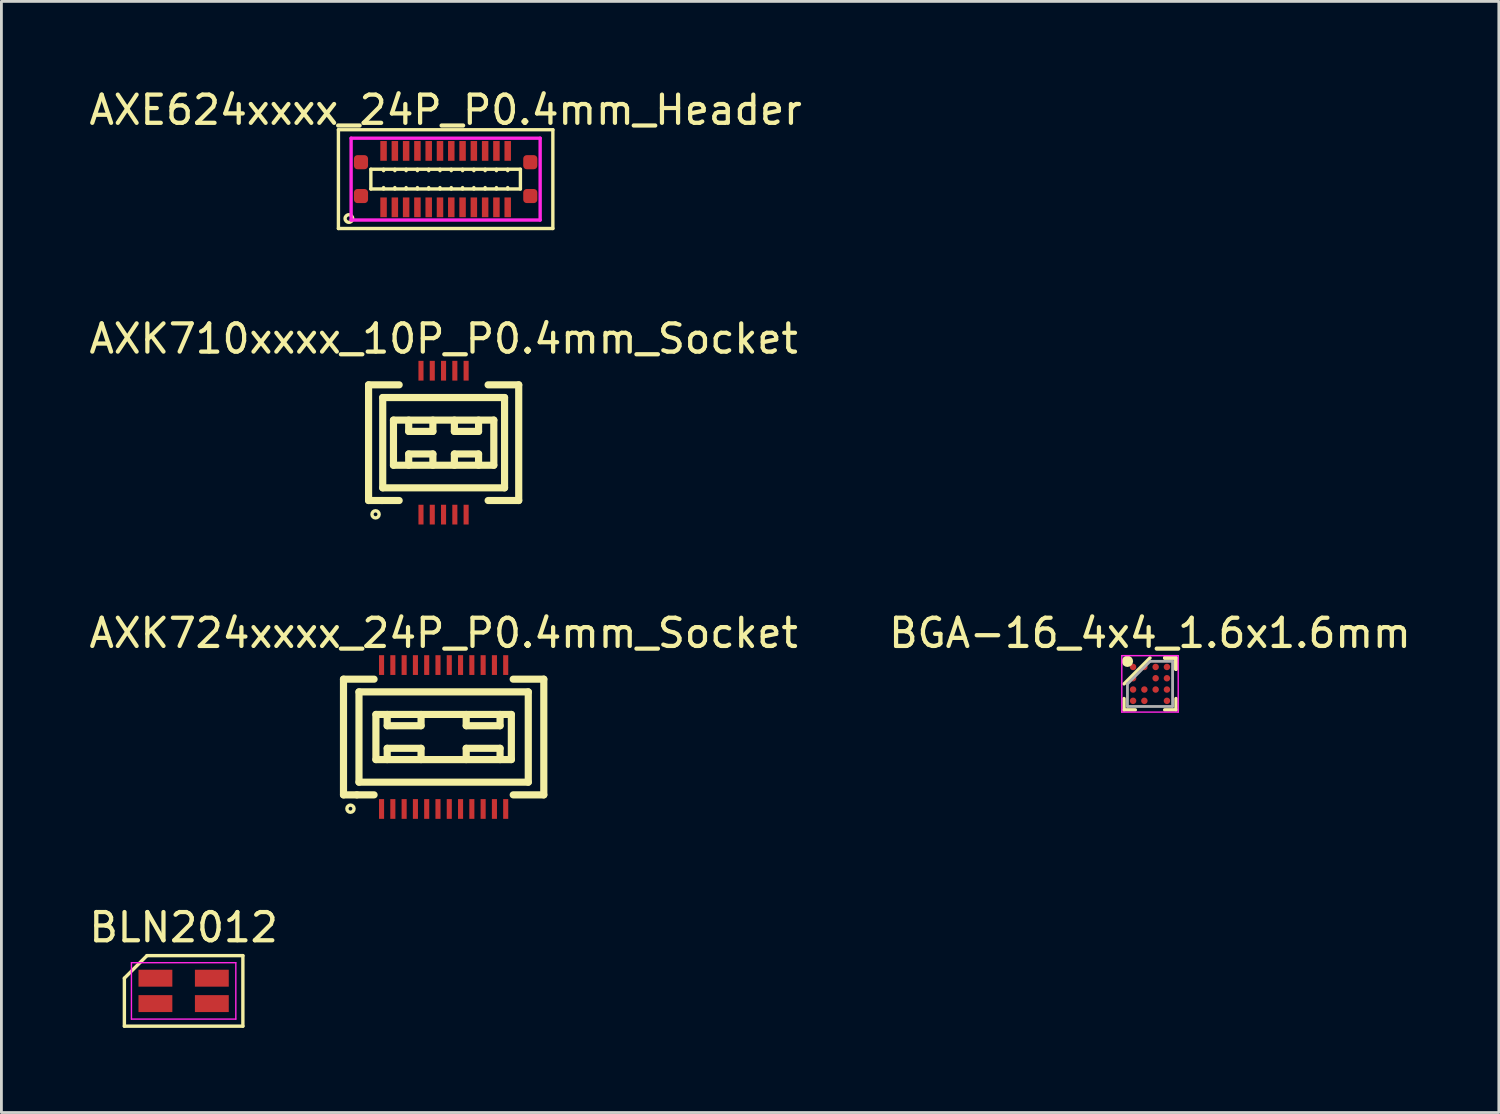
<source format=kicad_pcb>
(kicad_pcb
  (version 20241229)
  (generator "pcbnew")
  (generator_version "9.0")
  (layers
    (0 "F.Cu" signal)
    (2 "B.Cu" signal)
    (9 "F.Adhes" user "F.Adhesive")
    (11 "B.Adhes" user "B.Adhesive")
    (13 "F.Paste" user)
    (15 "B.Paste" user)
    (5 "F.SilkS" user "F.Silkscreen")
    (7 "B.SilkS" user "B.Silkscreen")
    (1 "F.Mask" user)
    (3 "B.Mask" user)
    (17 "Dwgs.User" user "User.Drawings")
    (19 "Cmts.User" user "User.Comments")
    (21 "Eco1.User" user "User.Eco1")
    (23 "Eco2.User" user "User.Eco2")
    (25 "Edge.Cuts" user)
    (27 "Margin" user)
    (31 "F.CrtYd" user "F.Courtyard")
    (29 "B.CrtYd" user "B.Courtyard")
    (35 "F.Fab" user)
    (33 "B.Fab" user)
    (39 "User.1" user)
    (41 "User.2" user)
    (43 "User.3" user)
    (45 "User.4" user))
  (footprint "AXK724xxxx_24P_P0.4mm_Socket"
    (layer "F.Cu")
    (at 12.673 23.071)
    (property "Reference" "AXK724xxxx_24P_P0.4mm_Socket" (at 0 -3.683 0) (layer "F.SilkS") (effects (font (size 1 1) (thickness 0.15))))
    (attr through_hole)
    (fp_line (start -3.55 -2.05) (end -2.465 -2.05) (stroke (width 0.254) (type solid)) (layer "F.SilkS"))
    (fp_line (start -3.549 2.05) (end -3.549 -2.05) (stroke (width 0.254) (type solid)) (layer "F.SilkS"))
    (fp_line (start -3.549 2.05) (end -3.073 2.05) (stroke (width 0.254) (type solid)) (layer "F.SilkS"))
    (fp_line (start -3.073 2.05) (end -2.465 2.05) (stroke (width 0.254) (type solid)) (layer "F.SilkS"))
    (fp_line (start -3 -1.6) (end 3 -1.6) (stroke (width 0.254) (type solid)) (layer "F.SilkS"))
    (fp_line (start -3 1.6) (end -3 -1.6) (stroke (width 0.254) (type solid)) (layer "F.SilkS"))
    (fp_line (start -2.4 -0.8) (end 2.4 -0.8) (stroke (width 0.254) (type solid)) (layer "F.SilkS"))
    (fp_line (start -2.4 0.8) (end -2.4 -0.8) (stroke (width 0.254) (type solid)) (layer "F.SilkS"))
    (fp_line (start -2 -0.8) (end -2 -0.4) (stroke (width 0.254) (type solid)) (layer "F.SilkS"))
    (fp_line (start -2 -0.4) (end -0.8 -0.4) (stroke (width 0.254) (type solid)) (layer "F.SilkS"))
    (fp_line (start -2 0.4) (end -2 0.8) (stroke (width 0.254) (type solid)) (layer "F.SilkS"))
    (fp_line (start -0.8 -0.4) (end -0.8 -0.8) (stroke (width 0.254) (type solid)) (layer "F.SilkS"))
    (fp_line (start -0.8 0.4) (end -2 0.4) (stroke (width 0.254) (type solid)) (layer "F.SilkS"))
    (fp_line (start -0.8 0.8) (end -0.8 0.4) (stroke (width 0.254) (type solid)) (layer "F.SilkS"))
    (fp_line (start 0.8 -0.8) (end 0.8 -0.4) (stroke (width 0.254) (type solid)) (layer "F.SilkS"))
    (fp_line (start 0.8 -0.4) (end 2 -0.4) (stroke (width 0.254) (type solid)) (layer "F.SilkS"))
    (fp_line (start 0.8 0.4) (end 0.8 0.8) (stroke (width 0.254) (type solid)) (layer "F.SilkS"))
    (fp_line (start 2 -0.4) (end 2 -0.8) (stroke (width 0.254) (type solid)) (layer "F.SilkS"))
    (fp_line (start 2 0.4) (end 0.8 0.4) (stroke (width 0.254) (type solid)) (layer "F.SilkS"))
    (fp_line (start 2 0.8) (end 2 0.4) (stroke (width 0.254) (type solid)) (layer "F.SilkS"))
    (fp_line (start 2.4 -0.8) (end 2.4 0.8) (stroke (width 0.254) (type solid)) (layer "F.SilkS"))
    (fp_line (start 2.4 0.8) (end -2.4 0.8) (stroke (width 0.254) (type solid)) (layer "F.SilkS"))
    (fp_line (start 2.465 -2.05) (end 3.55 -2.05) (stroke (width 0.254) (type solid)) (layer "F.SilkS"))
    (fp_line (start 2.466 2.05) (end 3.55 2.05) (stroke (width 0.254) (type solid)) (layer "F.SilkS"))
    (fp_line (start 3 -1.6) (end 3 1.6) (stroke (width 0.254) (type solid)) (layer "F.SilkS"))
    (fp_line (start 3 1.6) (end -3 1.6) (stroke (width 0.254) (type solid)) (layer "F.SilkS"))
    (fp_line (start 3.55 -2.05) (end 3.55 2.05) (stroke (width 0.254) (type solid)) (layer "F.SilkS"))
    (fp_circle (center -3.302 2.54) (end -3.429 2.54) (stroke (width 0.12) (type solid)) (fill no) (layer "F.SilkS"))
    (pad "1" smd rect (at -2.2 2.55) (size 0.18 0.7) (layers "F.Cu" "F.Mask" "F.Paste"))
    (pad "2" smd rect (at -2.2 -2.55) (size 0.18 0.7) (layers "F.Cu" "F.Mask" "F.Paste"))
    (pad "3" smd rect (at -1.8 2.55) (size 0.18 0.7) (layers "F.Cu" "F.Mask" "F.Paste"))
    (pad "4" smd rect (at -1.8 -2.55) (size 0.18 0.7) (layers "F.Cu" "F.Mask" "F.Paste"))
    (pad "5" smd rect (at -1.4 2.55) (size 0.18 0.7) (layers "F.Cu" "F.Mask" "F.Paste"))
    (pad "6" smd rect (at -1.4 -2.55) (size 0.18 0.7) (layers "F.Cu" "F.Mask" "F.Paste"))
    (pad "7" smd rect (at -1 2.55) (size 0.18 0.7) (layers "F.Cu" "F.Mask" "F.Paste"))
    (pad "8" smd rect (at -1 -2.55) (size 0.18 0.7) (layers "F.Cu" "F.Mask" "F.Paste"))
    (pad "9" smd rect (at -0.6 2.55) (size 0.18 0.7) (layers "F.Cu" "F.Mask" "F.Paste"))
    (pad "10" smd rect (at -0.6 -2.55) (size 0.18 0.7) (layers "F.Cu" "F.Mask" "F.Paste"))
    (pad "11" smd rect (at -0.2 2.55) (size 0.18 0.7) (layers "F.Cu" "F.Mask" "F.Paste"))
    (pad "12" smd rect (at -0.2 -2.55) (size 0.18 0.7) (layers "F.Cu" "F.Mask" "F.Paste"))
    (pad "13" smd rect (at 0.2 2.55) (size 0.18 0.7) (layers "F.Cu" "F.Mask" "F.Paste"))
    (pad "14" smd rect (at 0.2 -2.55) (size 0.18 0.7) (layers "F.Cu" "F.Mask" "F.Paste"))
    (pad "15" smd rect (at 0.6 2.55) (size 0.18 0.7) (layers "F.Cu" "F.Mask" "F.Paste"))
    (pad "16" smd rect (at 0.6 -2.55) (size 0.18 0.7) (layers "F.Cu" "F.Mask" "F.Paste"))
    (pad "17" smd rect (at 1 2.55) (size 0.18 0.7) (layers "F.Cu" "F.Mask" "F.Paste"))
    (pad "18" smd rect (at 1 -2.55) (size 0.18 0.7) (layers "F.Cu" "F.Mask" "F.Paste"))
    (pad "19" smd rect (at 1.4 2.55) (size 0.18 0.7) (layers "F.Cu" "F.Mask" "F.Paste"))
    (pad "20" smd rect (at 1.4 -2.55) (size 0.18 0.7) (layers "F.Cu" "F.Mask" "F.Paste"))
    (pad "21" smd rect (at 1.8 2.55) (size 0.18 0.7) (layers "F.Cu" "F.Mask" "F.Paste"))
    (pad "22" smd rect (at 1.8 -2.55) (size 0.18 0.7) (layers "F.Cu" "F.Mask" "F.Paste"))
    (pad "23" smd rect (at 2.2 2.55) (size 0.18 0.7) (layers "F.Cu" "F.Mask" "F.Paste"))
    (pad "24" smd rect (at 2.2 -2.55) (size 0.18 0.7) (layers "F.Cu" "F.Mask" "F.Paste")))
  (footprint "AXK710xxxx_10P_P0.4mm_Socket"
    (layer "F.Cu")
    (at 12.673 12.639)
    (property "Reference" "AXK710xxxx_10P_P0.4mm_Socket" (at 0 -3.683 180) (layer "F.SilkS") (effects (font (size 1 1) (thickness 0.15))))
    (attr smd)
    (fp_line (start -2.661 -2.05) (end -1.576 -2.05) (stroke (width 0.254) (type solid)) (layer "F.SilkS"))
    (fp_line (start -2.66 2.05) (end -2.66 -2.05) (stroke (width 0.254) (type solid)) (layer "F.SilkS"))
    (fp_line (start -2.66 2.05) (end -2.184 2.05) (stroke (width 0.254) (type solid)) (layer "F.SilkS"))
    (fp_line (start -2.184 2.05) (end -1.576 2.05) (stroke (width 0.254) (type solid)) (layer "F.SilkS"))
    (fp_line (start -2.159 -1.6) (end 2.159 -1.6) (stroke (width 0.254) (type solid)) (layer "F.SilkS"))
    (fp_line (start -2.159 1.6) (end -2.159 -1.6) (stroke (width 0.254) (type solid)) (layer "F.SilkS"))
    (fp_line (start -1.778 -0.8) (end 1.778 -0.8) (stroke (width 0.254) (type solid)) (layer "F.SilkS"))
    (fp_line (start -1.778 0.8) (end -1.778 -0.8) (stroke (width 0.254) (type solid)) (layer "F.SilkS"))
    (fp_line (start -1.238 -0.8) (end -1.238 -0.4) (stroke (width 0.254) (type solid)) (layer "F.SilkS"))
    (fp_line (start -1.238 -0.4) (end -0.381 -0.4) (stroke (width 0.254) (type solid)) (layer "F.SilkS"))
    (fp_line (start -1.238 0.4) (end -1.238 0.8) (stroke (width 0.254) (type solid)) (layer "F.SilkS"))
    (fp_line (start -0.381 -0.4) (end -0.381 -0.8) (stroke (width 0.254) (type solid)) (layer "F.SilkS"))
    (fp_line (start -0.381 0.4) (end -1.238 0.4) (stroke (width 0.254) (type solid)) (layer "F.SilkS"))
    (fp_line (start -0.381 0.8) (end -0.381 0.4) (stroke (width 0.254) (type solid)) (layer "F.SilkS"))
    (fp_line (start 0.381 -0.8) (end 0.381 -0.4) (stroke (width 0.254) (type solid)) (layer "F.SilkS"))
    (fp_line (start 0.381 -0.4) (end 1.238 -0.4) (stroke (width 0.254) (type solid)) (layer "F.SilkS"))
    (fp_line (start 0.381 0.4) (end 0.381 0.8) (stroke (width 0.254) (type solid)) (layer "F.SilkS"))
    (fp_line (start 1.238 -0.4) (end 1.238 -0.8) (stroke (width 0.254) (type solid)) (layer "F.SilkS"))
    (fp_line (start 1.238 0.4) (end 0.381 0.4) (stroke (width 0.254) (type solid)) (layer "F.SilkS"))
    (fp_line (start 1.238 0.8) (end 1.238 0.4) (stroke (width 0.254) (type solid)) (layer "F.SilkS"))
    (fp_line (start 1.576 -2.05) (end 2.661 -2.05) (stroke (width 0.254) (type solid)) (layer "F.SilkS"))
    (fp_line (start 1.577 2.05) (end 2.661 2.05) (stroke (width 0.254) (type solid)) (layer "F.SilkS"))
    (fp_line (start 1.778 -0.8) (end 1.778 0.8) (stroke (width 0.254) (type solid)) (layer "F.SilkS"))
    (fp_line (start 1.778 0.8) (end -1.778 0.8) (stroke (width 0.254) (type solid)) (layer "F.SilkS"))
    (fp_line (start 2.159 -1.6) (end 2.159 1.6) (stroke (width 0.254) (type solid)) (layer "F.SilkS"))
    (fp_line (start 2.159 1.6) (end -2.159 1.6) (stroke (width 0.254) (type solid)) (layer "F.SilkS"))
    (fp_line (start 2.661 -2.05) (end 2.661 2.05) (stroke (width 0.254) (type solid)) (layer "F.SilkS"))
    (fp_circle (center -2.413 2.54) (end -2.54 2.54) (stroke (width 0.12) (type solid)) (fill no) (layer "F.SilkS"))
    (pad "1" smd rect (at -0.803 2.55) (size 0.18 0.7) (layers "F.Cu" "F.Mask" "F.Paste"))
    (pad "2" smd rect (at -0.803 -2.55) (size 0.18 0.7) (layers "F.Cu" "F.Mask" "F.Paste"))
    (pad "3" smd rect (at -0.403 2.55) (size 0.18 0.7) (layers "F.Cu" "F.Mask" "F.Paste"))
    (pad "4" smd rect (at -0.403 -2.55) (size 0.18 0.7) (layers "F.Cu" "F.Mask" "F.Paste"))
    (pad "5" smd rect (at -0.003 2.55) (size 0.18 0.7) (layers "F.Cu" "F.Mask" "F.Paste"))
    (pad "6" smd rect (at -0.003 -2.55) (size 0.18 0.7) (layers "F.Cu" "F.Mask" "F.Paste"))
    (pad "7" smd rect (at 0.397 2.55) (size 0.18 0.7) (layers "F.Cu" "F.Mask" "F.Paste"))
    (pad "8" smd rect (at 0.397 -2.55) (size 0.18 0.7) (layers "F.Cu" "F.Mask" "F.Paste"))
    (pad "9" smd rect (at 0.797 2.55) (size 0.18 0.7) (layers "F.Cu" "F.Mask" "F.Paste"))
    (pad "10" smd rect (at 0.797 -2.55) (size 0.18 0.7) (layers "F.Cu" "F.Mask" "F.Paste")))
  (footprint "BGA-16_4x4_1.6x1.6mm"
    (layer "F.Cu")
    (at 37.708 21.188)
    (property "Reference" "BGA-16_4x4_1.6x1.6mm" (at 0 -1.8 0) (layer "F.SilkS") (effects (font (size 1 1) (thickness 0.15))))
    (attr smd)
    (fp_line (start -0.92 0.92) (end -0.92 0.52) (stroke (width 0.12) (type solid)) (layer "F.SilkS"))
    (fp_line (start -0.52 0.92) (end -0.92 0.92) (stroke (width 0.12) (type solid)) (layer "F.SilkS"))
    (fp_line (start 0 -0.92) (end -0.92 0) (stroke (width 0.12) (type solid)) (layer "F.SilkS"))
    (fp_line (start 0.52 -0.92) (end 0.92 -0.92) (stroke (width 0.12) (type solid)) (layer "F.SilkS"))
    (fp_line (start 0.52 -0.92) (end 0.92 -0.92) (stroke (width 0.12) (type solid)) (layer "F.SilkS"))
    (fp_line (start 0.52 -0.92) (end 0.92 -0.92) (stroke (width 0.12) (type solid)) (layer "F.SilkS"))
    (fp_line (start 0.52 0.92) (end 0.92 0.92) (stroke (width 0.12) (type solid)) (layer "F.SilkS"))
    (fp_line (start 0.92 -0.92) (end 0.92 -0.52) (stroke (width 0.12) (type solid)) (layer "F.SilkS"))
    (fp_line (start 0.92 -0.92) (end 0.92 -0.52) (stroke (width 0.12) (type solid)) (layer "F.SilkS"))
    (fp_line (start 0.92 -0.92) (end 0.92 -0.52) (stroke (width 0.12) (type solid)) (layer "F.SilkS"))
    (fp_line (start 0.92 0.92) (end 0.92 0.52) (stroke (width 0.12) (type solid)) (layer "F.SilkS"))
    (fp_circle (center -0.8 -0.8) (end -0.8 -0.7) (stroke (width 0.2) (type solid)) (fill no) (layer "F.SilkS"))
    (fp_line (start -1 -1) (end 1 -1) (stroke (width 0.05) (type solid)) (layer "F.CrtYd"))
    (fp_line (start -1 1) (end -1 -1) (stroke (width 0.05) (type solid)) (layer "F.CrtYd"))
    (fp_line (start 1 -1) (end 1 1) (stroke (width 0.05) (type solid)) (layer "F.CrtYd"))
    (fp_line (start 1 1) (end -1 1) (stroke (width 0.05) (type solid)) (layer "F.CrtYd"))
    (fp_line (start -0.8 0) (end -0.8 0.8) (stroke (width 0.1) (type solid)) (layer "F.Fab"))
    (fp_line (start -0.8 0.8) (end 0.8 0.8) (stroke (width 0.1) (type solid)) (layer "F.Fab"))
    (fp_line (start 0 -0.8) (end -0.8 0) (stroke (width 0.1) (type solid)) (layer "F.Fab"))
    (fp_line (start 0.8 -0.8) (end 0 -0.8) (stroke (width 0.1) (type solid)) (layer "F.Fab"))
    (fp_line (start 0.8 0.8) (end 0.8 -0.8) (stroke (width 0.1) (type solid)) (layer "F.Fab"))
    (pad "A1" smd circle (at -0.6 -0.6) (size 0.23 0.23) (layers "F.Cu" "F.Mask" "F.Paste"))
    (pad "A2" smd circle (at -0.2 -0.6) (size 0.23 0.23) (layers "F.Cu" "F.Mask" "F.Paste"))
    (pad "A3" smd circle (at 0.2 -0.6) (size 0.23 0.23) (layers "F.Cu" "F.Mask" "F.Paste"))
    (pad "A4" smd circle (at 0.6 -0.6) (size 0.23 0.23) (layers "F.Cu" "F.Mask" "F.Paste"))
    (pad "B1" smd circle (at -0.6 -0.2) (size 0.23 0.23) (layers "F.Cu" "F.Mask" "F.Paste"))
    (pad "B3" smd circle (at 0.2 -0.2) (size 0.23 0.23) (layers "F.Cu" "F.Mask" "F.Paste"))
    (pad "B4" smd circle (at 0.6 -0.2) (size 0.23 0.23) (layers "F.Cu" "F.Mask" "F.Paste"))
    (pad "C1" smd circle (at -0.6 0.2) (size 0.23 0.23) (layers "F.Cu" "F.Mask" "F.Paste"))
    (pad "C2" smd circle (at -0.2 0.2) (size 0.23 0.23) (layers "F.Cu" "F.Mask" "F.Paste"))
    (pad "C3" smd circle (at 0.2 0.2) (size 0.23 0.23) (layers "F.Cu" "F.Mask" "F.Paste"))
    (pad "C4" smd circle (at 0.6 0.2) (size 0.23 0.23) (layers "F.Cu" "F.Mask" "F.Paste"))
    (pad "D1" smd circle (at -0.6 0.6) (size 0.23 0.23) (layers "F.Cu" "F.Mask" "F.Paste"))
    (pad "D2" smd circle (at -0.2 0.6) (size 0.23 0.23) (layers "F.Cu" "F.Mask" "F.Paste"))
    (pad "D4" smd circle (at 0.6 0.6) (size 0.23 0.23) (layers "F.Cu" "F.Mask" "F.Paste")))
  (footprint "BLN2012"
    (layer "F.Cu")
    (at 3.458 32.069)
    (property "Reference" "BLN2012" (at 0 -2.25 0) (layer "F.SilkS") (effects (font (size 1 1) (thickness 0.15))))
    (attr smd)
    (fp_line (start -2.1 -0.45) (end -1.3 -1.25) (stroke (width 0.12) (type solid)) (layer "F.SilkS"))
    (fp_line (start -2.1 1.25) (end -2.1 -0.45) (stroke (width 0.12) (type solid)) (layer "F.SilkS"))
    (fp_line (start -1.3 -1.25) (end 2.1 -1.25) (stroke (width 0.12) (type solid)) (layer "F.SilkS"))
    (fp_line (start 2.1 -1.25) (end 2.1 1.25) (stroke (width 0.12) (type solid)) (layer "F.SilkS"))
    (fp_line (start 2.1 1.25) (end -2.1 1.25) (stroke (width 0.12) (type solid)) (layer "F.SilkS"))
    (fp_line (start -1.85 -1) (end 1.85 -1) (stroke (width 0.05) (type solid)) (layer "F.CrtYd"))
    (fp_line (start -1.85 1) (end -1.85 -1) (stroke (width 0.05) (type solid)) (layer "F.CrtYd"))
    (fp_line (start 1.85 -1) (end 1.85 1) (stroke (width 0.05) (type solid)) (layer "F.CrtYd"))
    (fp_line (start 1.85 1) (end -1.85 1) (stroke (width 0.05) (type solid)) (layer "F.CrtYd"))
    (pad "1" smd rect (at -1 0.45 270) (size 0.6 1.2) (layers "F.Cu" "F.Mask" "F.Paste"))
    (pad "2" smd rect (at 1 0.45 270) (size 0.6 1.2) (layers "F.Cu" "F.Mask" "F.Paste"))
    (pad "3" smd rect (at 1 -0.45 270) (size 0.6 1.2) (layers "F.Cu" "F.Mask" "F.Paste"))
    (pad "4" smd rect (at -1 -0.45 270) (size 0.6 1.2) (layers "F.Cu" "F.Mask" "F.Paste")))
  (footprint "AXE624xxxx_24P_P0.4mm_Header"
    (layer "F.Cu")
    (at 12.744 3.298)
    (property "Reference" "AXE624xxxx_24P_P0.4mm_Header" (at 0 -2.45 180) (layer "F.SilkS") (effects (font (size 1 1) (thickness 0.15))))
    (attr smd)
    (fp_line (start -3.8 -1.75) (end 3.8 -1.75) (stroke (width 0.12) (type solid)) (layer "F.SilkS"))
    (fp_line (start -3.8 1.75) (end -3.8 -1.75) (stroke (width 0.12) (type solid)) (layer "F.SilkS"))
    (fp_line (start -2.65 -0.35) (end -2.65 0.35) (stroke (width 0.12) (type solid)) (layer "F.SilkS"))
    (fp_line (start -2.65 0.35) (end 2.65 0.35) (stroke (width 0.12) (type solid)) (layer "F.SilkS"))
    (fp_line (start -2.2 -0.35) (end -2.2 -0.3) (stroke (width 0.12) (type solid)) (layer "F.SilkS"))
    (fp_line (start -2.2 0.35) (end -2.2 0.3) (stroke (width 0.12) (type solid)) (layer "F.SilkS"))
    (fp_line (start -1.8 -0.35) (end -1.8 -0.3) (stroke (width 0.12) (type solid)) (layer "F.SilkS"))
    (fp_line (start -1.8 0.35) (end -1.8 0.3) (stroke (width 0.12) (type solid)) (layer "F.SilkS"))
    (fp_line (start -1.4 -0.35) (end -1.4 -0.3) (stroke (width 0.12) (type solid)) (layer "F.SilkS"))
    (fp_line (start -1.4 0.35) (end -1.4 0.3) (stroke (width 0.12) (type solid)) (layer "F.SilkS"))
    (fp_line (start -1 -0.35) (end -1 -0.3) (stroke (width 0.12) (type solid)) (layer "F.SilkS"))
    (fp_line (start -1 0.35) (end -1 0.3) (stroke (width 0.12) (type solid)) (layer "F.SilkS"))
    (fp_line (start -0.6 -0.35) (end -0.6 -0.3) (stroke (width 0.12) (type solid)) (layer "F.SilkS"))
    (fp_line (start -0.6 0.35) (end -0.6 0.3) (stroke (width 0.12) (type solid)) (layer "F.SilkS"))
    (fp_line (start -0.2 -0.35) (end -0.2 -0.3) (stroke (width 0.12) (type solid)) (layer "F.SilkS"))
    (fp_line (start -0.2 0.35) (end -0.2 0.3) (stroke (width 0.12) (type solid)) (layer "F.SilkS"))
    (fp_line (start 0.2 -0.35) (end 0.2 -0.3) (stroke (width 0.12) (type solid)) (layer "F.SilkS"))
    (fp_line (start 0.2 0.35) (end 0.2 0.3) (stroke (width 0.12) (type solid)) (layer "F.SilkS"))
    (fp_line (start 0.6 -0.35) (end 0.6 -0.3) (stroke (width 0.12) (type solid)) (layer "F.SilkS"))
    (fp_line (start 0.6 0.35) (end 0.6 0.3) (stroke (width 0.12) (type solid)) (layer "F.SilkS"))
    (fp_line (start 1 -0.35) (end 1 -0.3) (stroke (width 0.12) (type solid)) (layer "F.SilkS"))
    (fp_line (start 1 0.35) (end 1 0.3) (stroke (width 0.12) (type solid)) (layer "F.SilkS"))
    (fp_line (start 1.4 -0.35) (end 1.4 -0.3) (stroke (width 0.12) (type solid)) (layer "F.SilkS"))
    (fp_line (start 1.4 0.35) (end 1.4 0.3) (stroke (width 0.12) (type solid)) (layer "F.SilkS"))
    (fp_line (start 1.8 -0.35) (end 1.8 -0.3) (stroke (width 0.12) (type solid)) (layer "F.SilkS"))
    (fp_line (start 1.8 0.35) (end 1.8 0.3) (stroke (width 0.12) (type solid)) (layer "F.SilkS"))
    (fp_line (start 2.2 -0.35) (end 2.2 -0.3) (stroke (width 0.12) (type solid)) (layer "F.SilkS"))
    (fp_line (start 2.2 0.35) (end 2.2 0.3) (stroke (width 0.12) (type solid)) (layer "F.SilkS"))
    (fp_line (start 2.65 -0.35) (end -2.65 -0.35) (stroke (width 0.12) (type solid)) (layer "F.SilkS"))
    (fp_line (start 2.65 0.35) (end 2.65 -0.35) (stroke (width 0.12) (type solid)) (layer "F.SilkS"))
    (fp_line (start 3.8 -1.75) (end 3.8 1.75) (stroke (width 0.12) (type solid)) (layer "F.SilkS"))
    (fp_line (start 3.8 1.75) (end -3.8 1.75) (stroke (width 0.12) (type solid)) (layer "F.SilkS"))
    (fp_circle (center -3.429 1.397) (end -3.35 1.288) (stroke (width 0.12) (type solid)) (fill no) (layer "F.SilkS"))
    (fp_line (start -3.35 -1.45) (end 3.35 -1.45) (stroke (width 0.12) (type solid)) (layer "F.CrtYd"))
    (fp_line (start -3.35 1.45) (end -3.35 -1.45) (stroke (width 0.12) (type solid)) (layer "F.CrtYd"))
    (fp_line (start 3.35 -1.45) (end 3.35 1.45) (stroke (width 0.12) (type solid)) (layer "F.CrtYd"))
    (fp_line (start 3.35 1.45) (end -3.35 1.45) (stroke (width 0.12) (type solid)) (layer "F.CrtYd"))
    (pad "1" smd rect (at -2.2 1) (size 0.23 0.7) (layers "F.Cu" "F.Mask" "F.Paste"))
    (pad "2" smd rect (at -1.8 1) (size 0.23 0.7) (layers "F.Cu" "F.Mask" "F.Paste"))
    (pad "3" smd rect (at -1.4 1) (size 0.23 0.7) (layers "F.Cu" "F.Mask" "F.Paste"))
    (pad "4" smd rect (at -1 1) (size 0.23 0.7) (layers "F.Cu" "F.Mask" "F.Paste"))
    (pad "5" smd rect (at -0.6 1) (size 0.23 0.7) (layers "F.Cu" "F.Mask" "F.Paste"))
    (pad "6" smd rect (at -0.2 1) (size 0.23 0.7) (layers "F.Cu" "F.Mask" "F.Paste"))
    (pad "7" smd rect (at 0.2 1) (size 0.23 0.7) (layers "F.Cu" "F.Mask" "F.Paste"))
    (pad "8" smd rect (at 0.6 1) (size 0.23 0.7) (layers "F.Cu" "F.Mask" "F.Paste"))
    (pad "9" smd rect (at 1 1) (size 0.23 0.7) (layers "F.Cu" "F.Mask" "F.Paste"))
    (pad "10" smd rect (at 1.4 1) (size 0.23 0.7) (layers "F.Cu" "F.Mask" "F.Paste"))
    (pad "11" smd rect (at 1.8 1) (size 0.23 0.7) (layers "F.Cu" "F.Mask" "F.Paste"))
    (pad "12" smd rect (at 2.2 1) (size 0.23 0.7) (layers "F.Cu" "F.Mask" "F.Paste"))
    (pad "13" smd rect (at 2.2 -1) (size 0.23 0.7) (layers "F.Cu" "F.Mask" "F.Paste"))
    (pad "14" smd rect (at 1.8 -1) (size 0.23 0.7) (layers "F.Cu" "F.Mask" "F.Paste"))
    (pad "15" smd rect (at 1.4 -1) (size 0.23 0.7) (layers "F.Cu" "F.Mask" "F.Paste"))
    (pad "16" smd rect (at 1 -1) (size 0.23 0.7) (layers "F.Cu" "F.Mask" "F.Paste"))
    (pad "17" smd rect (at 0.6 -1) (size 0.23 0.7) (layers "F.Cu" "F.Mask" "F.Paste"))
    (pad "18" smd rect (at 0.2 -1) (size 0.23 0.7) (layers "F.Cu" "F.Mask" "F.Paste"))
    (pad "19" smd rect (at -0.2 -1) (size 0.23 0.7) (layers "F.Cu" "F.Mask" "F.Paste"))
    (pad "20" smd rect (at -0.6 -1) (size 0.23 0.7) (layers "F.Cu" "F.Mask" "F.Paste"))
    (pad "21" smd rect (at -1 -1) (size 0.23 0.7) (layers "F.Cu" "F.Mask" "F.Paste"))
    (pad "22" smd rect (at -1.4 -1) (size 0.23 0.7) (layers "F.Cu" "F.Mask" "F.Paste"))
    (pad "23" smd rect (at -1.8 -1) (size 0.23 0.7) (layers "F.Cu" "F.Mask" "F.Paste"))
    (pad "24" smd rect (at -2.2 -1) (size 0.23 0.7) (layers "F.Cu" "F.Mask" "F.Paste"))
    (pad "MP" smd roundrect (at -3 -0.6) (size 0.5 0.5) (layers "F.Cu" "F.Mask" "F.Paste") (roundrect_rratio 0.25))
    (pad "MP" smd roundrect (at -3 0.6) (size 0.5 0.5) (layers "F.Cu" "F.Mask" "F.Paste") (roundrect_rratio 0.25))
    (pad "MP" smd roundrect (at 3 -0.6) (size 0.5 0.5) (layers "F.Cu" "F.Mask" "F.Paste") (roundrect_rratio 0.25))
    (pad "MP" smd roundrect (at 3 0.6) (size 0.5 0.5) (layers "F.Cu" "F.Mask" "F.Paste") (roundrect_rratio 0.25)))
  (gr_rect
    (start -3 -3)
    (end 50.071 36.379)
    (stroke (width 0.1) (type default))
    (fill no)
    (layer "Edge.Cuts")))
</source>
